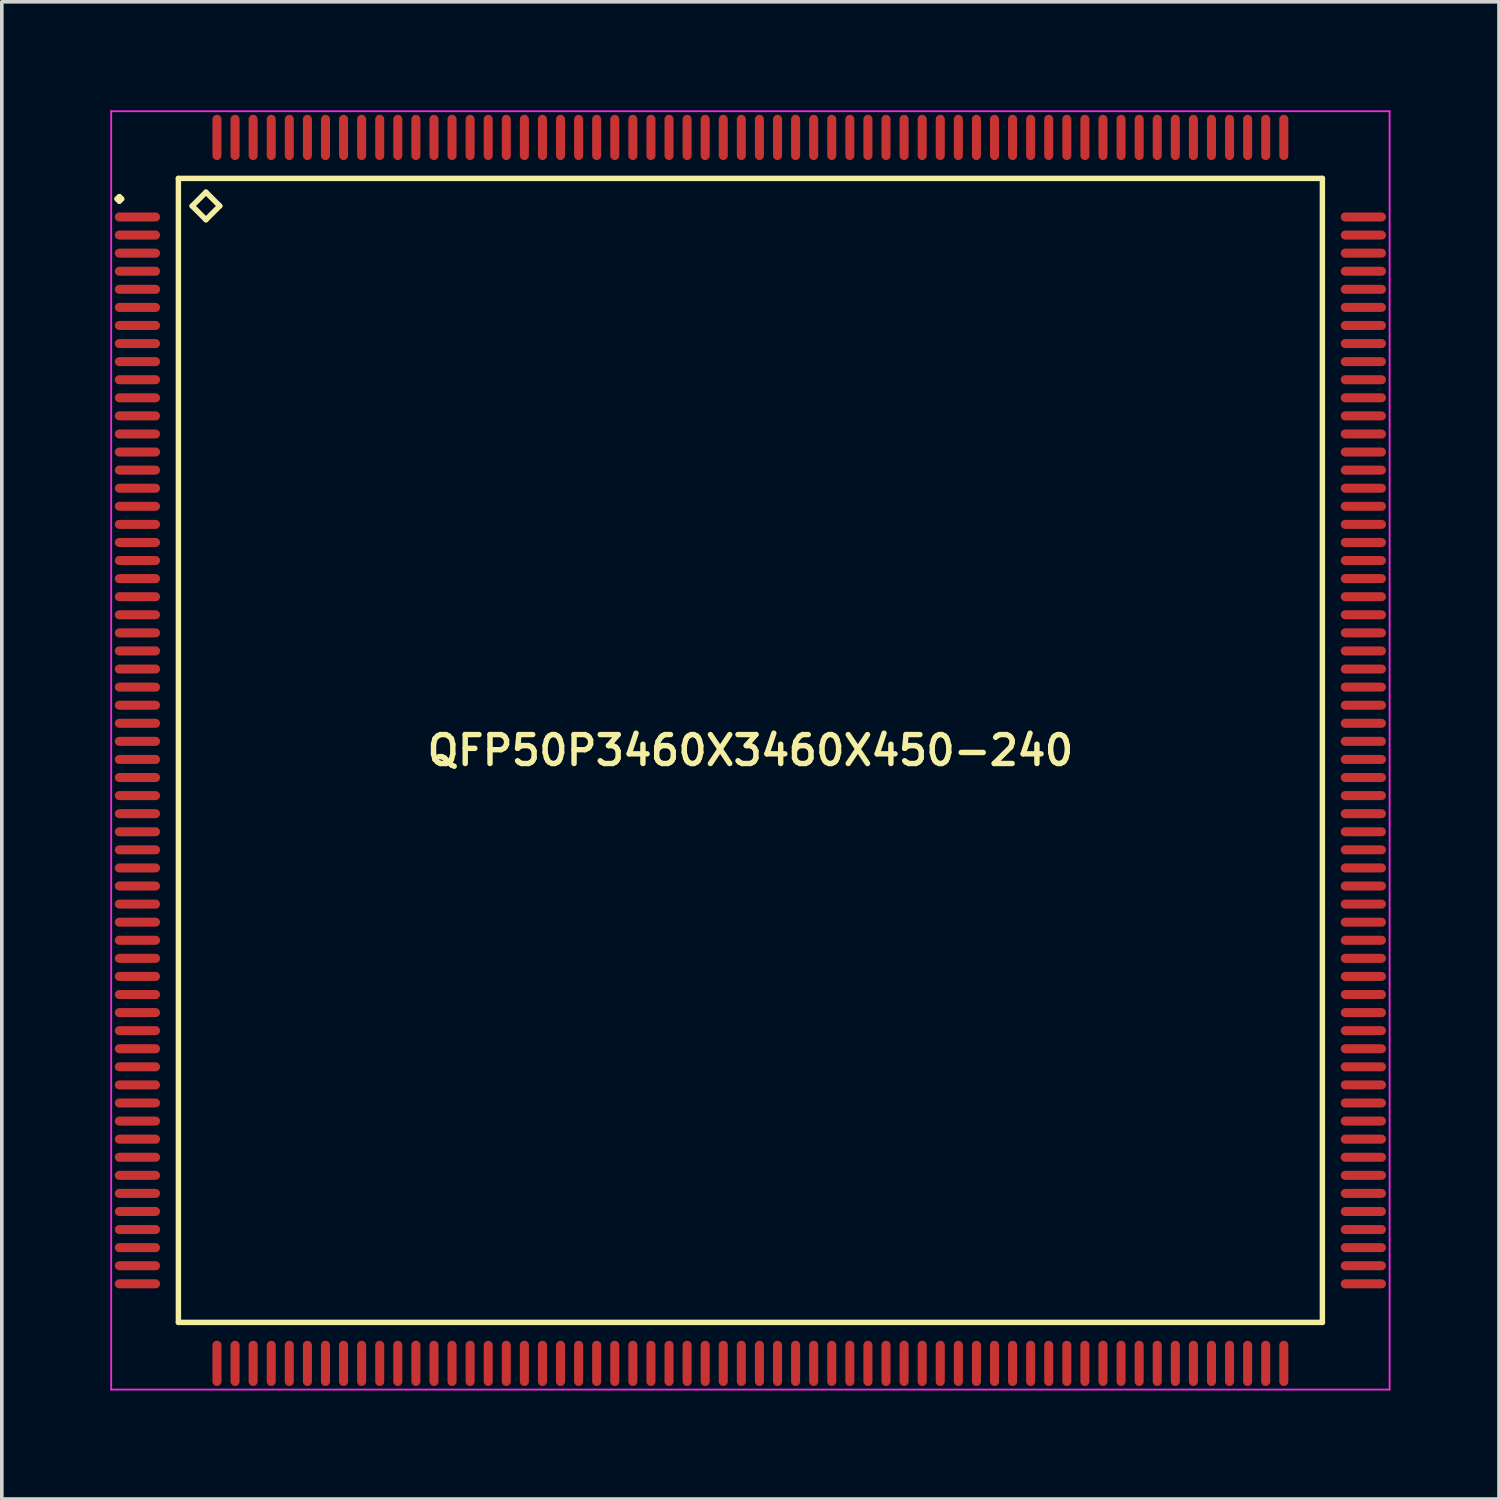
<source format=kicad_pcb>
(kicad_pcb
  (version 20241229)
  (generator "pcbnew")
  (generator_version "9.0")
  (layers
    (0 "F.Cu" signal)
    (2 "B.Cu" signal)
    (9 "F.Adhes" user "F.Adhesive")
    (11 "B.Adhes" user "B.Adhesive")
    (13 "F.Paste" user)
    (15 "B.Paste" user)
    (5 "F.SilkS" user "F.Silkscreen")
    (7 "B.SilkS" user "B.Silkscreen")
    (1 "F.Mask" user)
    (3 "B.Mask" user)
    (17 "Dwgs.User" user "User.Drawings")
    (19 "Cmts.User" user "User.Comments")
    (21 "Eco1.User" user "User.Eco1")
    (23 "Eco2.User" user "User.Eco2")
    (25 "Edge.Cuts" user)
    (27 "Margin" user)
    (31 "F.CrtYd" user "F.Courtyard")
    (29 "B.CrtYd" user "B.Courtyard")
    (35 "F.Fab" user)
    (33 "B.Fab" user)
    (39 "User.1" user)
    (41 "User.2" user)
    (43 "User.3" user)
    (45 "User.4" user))
  (footprint "QFP50P3460X3460X450-240"
    (layer "F.Cu")
    (at 17.7 17.7)
    (property "Reference" "QFP50P3460X3460X450-240" (at 0 0 0) (layer "F.SilkS") (effects (font (size 0.8 0.8) (thickness 0.15))))
    (attr smd)
    (fp_line (start -17.512 -15.25) (end -17.45 -15.312) (stroke (width 0.15) (type solid)) (layer "F.SilkS"))
    (fp_line (start -17.45 -15.312) (end -17.387 -15.25) (stroke (width 0.15) (type solid)) (layer "F.SilkS"))
    (fp_line (start -17.45 -15.188) (end -17.512 -15.25) (stroke (width 0.15) (type solid)) (layer "F.SilkS"))
    (fp_line (start -17.387 -15.25) (end -17.45 -15.188) (stroke (width 0.15) (type solid)) (layer "F.SilkS"))
    (fp_line (start -15.817 -15.817) (end -15.817 15.817) (stroke (width 0.15) (type solid)) (layer "F.SilkS"))
    (fp_line (start -15.817 15.817) (end 15.817 15.817) (stroke (width 0.15) (type solid)) (layer "F.SilkS"))
    (fp_line (start -15.436 -15.055) (end -15.055 -15.436) (stroke (width 0.15) (type solid)) (layer "F.SilkS"))
    (fp_line (start -15.055 -15.436) (end -14.674 -15.055) (stroke (width 0.15) (type solid)) (layer "F.SilkS"))
    (fp_line (start -15.055 -14.674) (end -15.436 -15.055) (stroke (width 0.15) (type solid)) (layer "F.SilkS"))
    (fp_line (start -14.674 -15.055) (end -15.055 -14.674) (stroke (width 0.15) (type solid)) (layer "F.SilkS"))
    (fp_line (start 15.817 -15.817) (end -15.817 -15.817) (stroke (width 0.15) (type solid)) (layer "F.SilkS"))
    (fp_line (start 15.817 15.817) (end 15.817 -15.817) (stroke (width 0.15) (type solid)) (layer "F.SilkS"))
    (fp_line (start -17.675 -17.675) (end 17.675 -17.675) (stroke (width 0.05) (type solid)) (layer "F.CrtYd"))
    (fp_line (start -17.675 17.675) (end -17.675 -17.675) (stroke (width 0.05) (type solid)) (layer "F.CrtYd"))
    (fp_line (start 17.675 -17.675) (end 17.675 17.675) (stroke (width 0.05) (type solid)) (layer "F.CrtYd"))
    (fp_line (start 17.675 17.675) (end -17.675 17.675) (stroke (width 0.05) (type solid)) (layer "F.CrtYd"))
    (pad "1" smd oval (at -16.95 -14.75) (size 1.25 0.25) (layers "F.Cu" "F.Mask" "F.Paste"))
    (pad "2" smd oval (at -16.95 -14.25) (size 1.25 0.25) (layers "F.Cu" "F.Mask" "F.Paste"))
    (pad "3" smd oval (at -16.95 -13.75) (size 1.25 0.25) (layers "F.Cu" "F.Mask" "F.Paste"))
    (pad "4" smd oval (at -16.95 -13.25) (size 1.25 0.25) (layers "F.Cu" "F.Mask" "F.Paste"))
    (pad "5" smd oval (at -16.95 -12.75) (size 1.25 0.25) (layers "F.Cu" "F.Mask" "F.Paste"))
    (pad "6" smd oval (at -16.95 -12.25) (size 1.25 0.25) (layers "F.Cu" "F.Mask" "F.Paste"))
    (pad "7" smd oval (at -16.95 -11.75) (size 1.25 0.25) (layers "F.Cu" "F.Mask" "F.Paste"))
    (pad "8" smd oval (at -16.95 -11.25) (size 1.25 0.25) (layers "F.Cu" "F.Mask" "F.Paste"))
    (pad "9" smd oval (at -16.95 -10.75) (size 1.25 0.25) (layers "F.Cu" "F.Mask" "F.Paste"))
    (pad "10" smd oval (at -16.95 -10.25) (size 1.25 0.25) (layers "F.Cu" "F.Mask" "F.Paste"))
    (pad "11" smd oval (at -16.95 -9.75) (size 1.25 0.25) (layers "F.Cu" "F.Mask" "F.Paste"))
    (pad "12" smd oval (at -16.95 -9.25) (size 1.25 0.25) (layers "F.Cu" "F.Mask" "F.Paste"))
    (pad "13" smd oval (at -16.95 -8.75) (size 1.25 0.25) (layers "F.Cu" "F.Mask" "F.Paste"))
    (pad "14" smd oval (at -16.95 -8.25) (size 1.25 0.25) (layers "F.Cu" "F.Mask" "F.Paste"))
    (pad "15" smd oval (at -16.95 -7.75) (size 1.25 0.25) (layers "F.Cu" "F.Mask" "F.Paste"))
    (pad "16" smd oval (at -16.95 -7.25) (size 1.25 0.25) (layers "F.Cu" "F.Mask" "F.Paste"))
    (pad "17" smd oval (at -16.95 -6.75) (size 1.25 0.25) (layers "F.Cu" "F.Mask" "F.Paste"))
    (pad "18" smd oval (at -16.95 -6.25) (size 1.25 0.25) (layers "F.Cu" "F.Mask" "F.Paste"))
    (pad "19" smd oval (at -16.95 -5.75) (size 1.25 0.25) (layers "F.Cu" "F.Mask" "F.Paste"))
    (pad "20" smd oval (at -16.95 -5.25) (size 1.25 0.25) (layers "F.Cu" "F.Mask" "F.Paste"))
    (pad "21" smd oval (at -16.95 -4.75) (size 1.25 0.25) (layers "F.Cu" "F.Mask" "F.Paste"))
    (pad "22" smd oval (at -16.95 -4.25) (size 1.25 0.25) (layers "F.Cu" "F.Mask" "F.Paste"))
    (pad "23" smd oval (at -16.95 -3.75) (size 1.25 0.25) (layers "F.Cu" "F.Mask" "F.Paste"))
    (pad "24" smd oval (at -16.95 -3.25) (size 1.25 0.25) (layers "F.Cu" "F.Mask" "F.Paste"))
    (pad "25" smd oval (at -16.95 -2.75) (size 1.25 0.25) (layers "F.Cu" "F.Mask" "F.Paste"))
    (pad "26" smd oval (at -16.95 -2.25) (size 1.25 0.25) (layers "F.Cu" "F.Mask" "F.Paste"))
    (pad "27" smd oval (at -16.95 -1.75) (size 1.25 0.25) (layers "F.Cu" "F.Mask" "F.Paste"))
    (pad "28" smd oval (at -16.95 -1.25) (size 1.25 0.25) (layers "F.Cu" "F.Mask" "F.Paste"))
    (pad "29" smd oval (at -16.95 -0.75) (size 1.25 0.25) (layers "F.Cu" "F.Mask" "F.Paste"))
    (pad "30" smd oval (at -16.95 -0.25) (size 1.25 0.25) (layers "F.Cu" "F.Mask" "F.Paste"))
    (pad "31" smd oval (at -16.95 0.25) (size 1.25 0.25) (layers "F.Cu" "F.Mask" "F.Paste"))
    (pad "32" smd oval (at -16.95 0.75) (size 1.25 0.25) (layers "F.Cu" "F.Mask" "F.Paste"))
    (pad "33" smd oval (at -16.95 1.25) (size 1.25 0.25) (layers "F.Cu" "F.Mask" "F.Paste"))
    (pad "34" smd oval (at -16.95 1.75) (size 1.25 0.25) (layers "F.Cu" "F.Mask" "F.Paste"))
    (pad "35" smd oval (at -16.95 2.25) (size 1.25 0.25) (layers "F.Cu" "F.Mask" "F.Paste"))
    (pad "36" smd oval (at -16.95 2.75) (size 1.25 0.25) (layers "F.Cu" "F.Mask" "F.Paste"))
    (pad "37" smd oval (at -16.95 3.25) (size 1.25 0.25) (layers "F.Cu" "F.Mask" "F.Paste"))
    (pad "38" smd oval (at -16.95 3.75) (size 1.25 0.25) (layers "F.Cu" "F.Mask" "F.Paste"))
    (pad "39" smd oval (at -16.95 4.25) (size 1.25 0.25) (layers "F.Cu" "F.Mask" "F.Paste"))
    (pad "40" smd oval (at -16.95 4.75) (size 1.25 0.25) (layers "F.Cu" "F.Mask" "F.Paste"))
    (pad "41" smd oval (at -16.95 5.25) (size 1.25 0.25) (layers "F.Cu" "F.Mask" "F.Paste"))
    (pad "42" smd oval (at -16.95 5.75) (size 1.25 0.25) (layers "F.Cu" "F.Mask" "F.Paste"))
    (pad "43" smd oval (at -16.95 6.25) (size 1.25 0.25) (layers "F.Cu" "F.Mask" "F.Paste"))
    (pad "44" smd oval (at -16.95 6.75) (size 1.25 0.25) (layers "F.Cu" "F.Mask" "F.Paste"))
    (pad "45" smd oval (at -16.95 7.25) (size 1.25 0.25) (layers "F.Cu" "F.Mask" "F.Paste"))
    (pad "46" smd oval (at -16.95 7.75) (size 1.25 0.25) (layers "F.Cu" "F.Mask" "F.Paste"))
    (pad "47" smd oval (at -16.95 8.25) (size 1.25 0.25) (layers "F.Cu" "F.Mask" "F.Paste"))
    (pad "48" smd oval (at -16.95 8.75) (size 1.25 0.25) (layers "F.Cu" "F.Mask" "F.Paste"))
    (pad "49" smd oval (at -16.95 9.25) (size 1.25 0.25) (layers "F.Cu" "F.Mask" "F.Paste"))
    (pad "50" smd oval (at -16.95 9.75) (size 1.25 0.25) (layers "F.Cu" "F.Mask" "F.Paste"))
    (pad "51" smd oval (at -16.95 10.25) (size 1.25 0.25) (layers "F.Cu" "F.Mask" "F.Paste"))
    (pad "52" smd oval (at -16.95 10.75) (size 1.25 0.25) (layers "F.Cu" "F.Mask" "F.Paste"))
    (pad "53" smd oval (at -16.95 11.25) (size 1.25 0.25) (layers "F.Cu" "F.Mask" "F.Paste"))
    (pad "54" smd oval (at -16.95 11.75) (size 1.25 0.25) (layers "F.Cu" "F.Mask" "F.Paste"))
    (pad "55" smd oval (at -16.95 12.25) (size 1.25 0.25) (layers "F.Cu" "F.Mask" "F.Paste"))
    (pad "56" smd oval (at -16.95 12.75) (size 1.25 0.25) (layers "F.Cu" "F.Mask" "F.Paste"))
    (pad "57" smd oval (at -16.95 13.25) (size 1.25 0.25) (layers "F.Cu" "F.Mask" "F.Paste"))
    (pad "58" smd oval (at -16.95 13.75) (size 1.25 0.25) (layers "F.Cu" "F.Mask" "F.Paste"))
    (pad "59" smd oval (at -16.95 14.25) (size 1.25 0.25) (layers "F.Cu" "F.Mask" "F.Paste"))
    (pad "60" smd oval (at -16.95 14.75) (size 1.25 0.25) (layers "F.Cu" "F.Mask" "F.Paste"))
    (pad "61" smd oval (at -14.75 16.95) (size 0.25 1.25) (layers "F.Cu" "F.Mask" "F.Paste"))
    (pad "62" smd oval (at -14.25 16.95) (size 0.25 1.25) (layers "F.Cu" "F.Mask" "F.Paste"))
    (pad "63" smd oval (at -13.75 16.95) (size 0.25 1.25) (layers "F.Cu" "F.Mask" "F.Paste"))
    (pad "64" smd oval (at -13.25 16.95) (size 0.25 1.25) (layers "F.Cu" "F.Mask" "F.Paste"))
    (pad "65" smd oval (at -12.75 16.95) (size 0.25 1.25) (layers "F.Cu" "F.Mask" "F.Paste"))
    (pad "66" smd oval (at -12.25 16.95) (size 0.25 1.25) (layers "F.Cu" "F.Mask" "F.Paste"))
    (pad "67" smd oval (at -11.75 16.95) (size 0.25 1.25) (layers "F.Cu" "F.Mask" "F.Paste"))
    (pad "68" smd oval (at -11.25 16.95) (size 0.25 1.25) (layers "F.Cu" "F.Mask" "F.Paste"))
    (pad "69" smd oval (at -10.75 16.95) (size 0.25 1.25) (layers "F.Cu" "F.Mask" "F.Paste"))
    (pad "70" smd oval (at -10.25 16.95) (size 0.25 1.25) (layers "F.Cu" "F.Mask" "F.Paste"))
    (pad "71" smd oval (at -9.75 16.95) (size 0.25 1.25) (layers "F.Cu" "F.Mask" "F.Paste"))
    (pad "72" smd oval (at -9.25 16.95) (size 0.25 1.25) (layers "F.Cu" "F.Mask" "F.Paste"))
    (pad "73" smd oval (at -8.75 16.95) (size 0.25 1.25) (layers "F.Cu" "F.Mask" "F.Paste"))
    (pad "74" smd oval (at -8.25 16.95) (size 0.25 1.25) (layers "F.Cu" "F.Mask" "F.Paste"))
    (pad "75" smd oval (at -7.75 16.95) (size 0.25 1.25) (layers "F.Cu" "F.Mask" "F.Paste"))
    (pad "76" smd oval (at -7.25 16.95) (size 0.25 1.25) (layers "F.Cu" "F.Mask" "F.Paste"))
    (pad "77" smd oval (at -6.75 16.95) (size 0.25 1.25) (layers "F.Cu" "F.Mask" "F.Paste"))
    (pad "78" smd oval (at -6.25 16.95) (size 0.25 1.25) (layers "F.Cu" "F.Mask" "F.Paste"))
    (pad "79" smd oval (at -5.75 16.95) (size 0.25 1.25) (layers "F.Cu" "F.Mask" "F.Paste"))
    (pad "80" smd oval (at -5.25 16.95) (size 0.25 1.25) (layers "F.Cu" "F.Mask" "F.Paste"))
    (pad "81" smd oval (at -4.75 16.95) (size 0.25 1.25) (layers "F.Cu" "F.Mask" "F.Paste"))
    (pad "82" smd oval (at -4.25 16.95) (size 0.25 1.25) (layers "F.Cu" "F.Mask" "F.Paste"))
    (pad "83" smd oval (at -3.75 16.95) (size 0.25 1.25) (layers "F.Cu" "F.Mask" "F.Paste"))
    (pad "84" smd oval (at -3.25 16.95) (size 0.25 1.25) (layers "F.Cu" "F.Mask" "F.Paste"))
    (pad "85" smd oval (at -2.75 16.95) (size 0.25 1.25) (layers "F.Cu" "F.Mask" "F.Paste"))
    (pad "86" smd oval (at -2.25 16.95) (size 0.25 1.25) (layers "F.Cu" "F.Mask" "F.Paste"))
    (pad "87" smd oval (at -1.75 16.95) (size 0.25 1.25) (layers "F.Cu" "F.Mask" "F.Paste"))
    (pad "88" smd oval (at -1.25 16.95) (size 0.25 1.25) (layers "F.Cu" "F.Mask" "F.Paste"))
    (pad "89" smd oval (at -0.75 16.95) (size 0.25 1.25) (layers "F.Cu" "F.Mask" "F.Paste"))
    (pad "90" smd oval (at -0.25 16.95) (size 0.25 1.25) (layers "F.Cu" "F.Mask" "F.Paste"))
    (pad "91" smd oval (at 0.25 16.95) (size 0.25 1.25) (layers "F.Cu" "F.Mask" "F.Paste"))
    (pad "92" smd oval (at 0.75 16.95) (size 0.25 1.25) (layers "F.Cu" "F.Mask" "F.Paste"))
    (pad "93" smd oval (at 1.25 16.95) (size 0.25 1.25) (layers "F.Cu" "F.Mask" "F.Paste"))
    (pad "94" smd oval (at 1.75 16.95) (size 0.25 1.25) (layers "F.Cu" "F.Mask" "F.Paste"))
    (pad "95" smd oval (at 2.25 16.95) (size 0.25 1.25) (layers "F.Cu" "F.Mask" "F.Paste"))
    (pad "96" smd oval (at 2.75 16.95) (size 0.25 1.25) (layers "F.Cu" "F.Mask" "F.Paste"))
    (pad "97" smd oval (at 3.25 16.95) (size 0.25 1.25) (layers "F.Cu" "F.Mask" "F.Paste"))
    (pad "98" smd oval (at 3.75 16.95) (size 0.25 1.25) (layers "F.Cu" "F.Mask" "F.Paste"))
    (pad "99" smd oval (at 4.25 16.95) (size 0.25 1.25) (layers "F.Cu" "F.Mask" "F.Paste"))
    (pad "100" smd oval (at 4.75 16.95) (size 0.25 1.25) (layers "F.Cu" "F.Mask" "F.Paste"))
    (pad "101" smd oval (at 5.25 16.95) (size 0.25 1.25) (layers "F.Cu" "F.Mask" "F.Paste"))
    (pad "102" smd oval (at 5.75 16.95) (size 0.25 1.25) (layers "F.Cu" "F.Mask" "F.Paste"))
    (pad "103" smd oval (at 6.25 16.95) (size 0.25 1.25) (layers "F.Cu" "F.Mask" "F.Paste"))
    (pad "104" smd oval (at 6.75 16.95) (size 0.25 1.25) (layers "F.Cu" "F.Mask" "F.Paste"))
    (pad "105" smd oval (at 7.25 16.95) (size 0.25 1.25) (layers "F.Cu" "F.Mask" "F.Paste"))
    (pad "106" smd oval (at 7.75 16.95) (size 0.25 1.25) (layers "F.Cu" "F.Mask" "F.Paste"))
    (pad "107" smd oval (at 8.25 16.95) (size 0.25 1.25) (layers "F.Cu" "F.Mask" "F.Paste"))
    (pad "108" smd oval (at 8.75 16.95) (size 0.25 1.25) (layers "F.Cu" "F.Mask" "F.Paste"))
    (pad "109" smd oval (at 9.25 16.95) (size 0.25 1.25) (layers "F.Cu" "F.Mask" "F.Paste"))
    (pad "110" smd oval (at 9.75 16.95) (size 0.25 1.25) (layers "F.Cu" "F.Mask" "F.Paste"))
    (pad "111" smd oval (at 10.25 16.95) (size 0.25 1.25) (layers "F.Cu" "F.Mask" "F.Paste"))
    (pad "112" smd oval (at 10.75 16.95) (size 0.25 1.25) (layers "F.Cu" "F.Mask" "F.Paste"))
    (pad "113" smd oval (at 11.25 16.95) (size 0.25 1.25) (layers "F.Cu" "F.Mask" "F.Paste"))
    (pad "114" smd oval (at 11.75 16.95) (size 0.25 1.25) (layers "F.Cu" "F.Mask" "F.Paste"))
    (pad "115" smd oval (at 12.25 16.95) (size 0.25 1.25) (layers "F.Cu" "F.Mask" "F.Paste"))
    (pad "116" smd oval (at 12.75 16.95) (size 0.25 1.25) (layers "F.Cu" "F.Mask" "F.Paste"))
    (pad "117" smd oval (at 13.25 16.95) (size 0.25 1.25) (layers "F.Cu" "F.Mask" "F.Paste"))
    (pad "118" smd oval (at 13.75 16.95) (size 0.25 1.25) (layers "F.Cu" "F.Mask" "F.Paste"))
    (pad "119" smd oval (at 14.25 16.95) (size 0.25 1.25) (layers "F.Cu" "F.Mask" "F.Paste"))
    (pad "120" smd oval (at 14.75 16.95) (size 0.25 1.25) (layers "F.Cu" "F.Mask" "F.Paste"))
    (pad "121" smd oval (at 16.95 14.75) (size 1.25 0.25) (layers "F.Cu" "F.Mask" "F.Paste"))
    (pad "122" smd oval (at 16.95 14.25) (size 1.25 0.25) (layers "F.Cu" "F.Mask" "F.Paste"))
    (pad "123" smd oval (at 16.95 13.75) (size 1.25 0.25) (layers "F.Cu" "F.Mask" "F.Paste"))
    (pad "124" smd oval (at 16.95 13.25) (size 1.25 0.25) (layers "F.Cu" "F.Mask" "F.Paste"))
    (pad "125" smd oval (at 16.95 12.75) (size 1.25 0.25) (layers "F.Cu" "F.Mask" "F.Paste"))
    (pad "126" smd oval (at 16.95 12.25) (size 1.25 0.25) (layers "F.Cu" "F.Mask" "F.Paste"))
    (pad "127" smd oval (at 16.95 11.75) (size 1.25 0.25) (layers "F.Cu" "F.Mask" "F.Paste"))
    (pad "128" smd oval (at 16.95 11.25) (size 1.25 0.25) (layers "F.Cu" "F.Mask" "F.Paste"))
    (pad "129" smd oval (at 16.95 10.75) (size 1.25 0.25) (layers "F.Cu" "F.Mask" "F.Paste"))
    (pad "130" smd oval (at 16.95 10.25) (size 1.25 0.25) (layers "F.Cu" "F.Mask" "F.Paste"))
    (pad "131" smd oval (at 16.95 9.75) (size 1.25 0.25) (layers "F.Cu" "F.Mask" "F.Paste"))
    (pad "132" smd oval (at 16.95 9.25) (size 1.25 0.25) (layers "F.Cu" "F.Mask" "F.Paste"))
    (pad "133" smd oval (at 16.95 8.75) (size 1.25 0.25) (layers "F.Cu" "F.Mask" "F.Paste"))
    (pad "134" smd oval (at 16.95 8.25) (size 1.25 0.25) (layers "F.Cu" "F.Mask" "F.Paste"))
    (pad "135" smd oval (at 16.95 7.75) (size 1.25 0.25) (layers "F.Cu" "F.Mask" "F.Paste"))
    (pad "136" smd oval (at 16.95 7.25) (size 1.25 0.25) (layers "F.Cu" "F.Mask" "F.Paste"))
    (pad "137" smd oval (at 16.95 6.75) (size 1.25 0.25) (layers "F.Cu" "F.Mask" "F.Paste"))
    (pad "138" smd oval (at 16.95 6.25) (size 1.25 0.25) (layers "F.Cu" "F.Mask" "F.Paste"))
    (pad "139" smd oval (at 16.95 5.75) (size 1.25 0.25) (layers "F.Cu" "F.Mask" "F.Paste"))
    (pad "140" smd oval (at 16.95 5.25) (size 1.25 0.25) (layers "F.Cu" "F.Mask" "F.Paste"))
    (pad "141" smd oval (at 16.95 4.75) (size 1.25 0.25) (layers "F.Cu" "F.Mask" "F.Paste"))
    (pad "142" smd oval (at 16.95 4.25) (size 1.25 0.25) (layers "F.Cu" "F.Mask" "F.Paste"))
    (pad "143" smd oval (at 16.95 3.75) (size 1.25 0.25) (layers "F.Cu" "F.Mask" "F.Paste"))
    (pad "144" smd oval (at 16.95 3.25) (size 1.25 0.25) (layers "F.Cu" "F.Mask" "F.Paste"))
    (pad "145" smd oval (at 16.95 2.75) (size 1.25 0.25) (layers "F.Cu" "F.Mask" "F.Paste"))
    (pad "146" smd oval (at 16.95 2.25) (size 1.25 0.25) (layers "F.Cu" "F.Mask" "F.Paste"))
    (pad "147" smd oval (at 16.95 1.75) (size 1.25 0.25) (layers "F.Cu" "F.Mask" "F.Paste"))
    (pad "148" smd oval (at 16.95 1.25) (size 1.25 0.25) (layers "F.Cu" "F.Mask" "F.Paste"))
    (pad "149" smd oval (at 16.95 0.75) (size 1.25 0.25) (layers "F.Cu" "F.Mask" "F.Paste"))
    (pad "150" smd oval (at 16.95 0.25) (size 1.25 0.25) (layers "F.Cu" "F.Mask" "F.Paste"))
    (pad "151" smd oval (at 16.95 -0.25) (size 1.25 0.25) (layers "F.Cu" "F.Mask" "F.Paste"))
    (pad "152" smd oval (at 16.95 -0.75) (size 1.25 0.25) (layers "F.Cu" "F.Mask" "F.Paste"))
    (pad "153" smd oval (at 16.95 -1.25) (size 1.25 0.25) (layers "F.Cu" "F.Mask" "F.Paste"))
    (pad "154" smd oval (at 16.95 -1.75) (size 1.25 0.25) (layers "F.Cu" "F.Mask" "F.Paste"))
    (pad "155" smd oval (at 16.95 -2.25) (size 1.25 0.25) (layers "F.Cu" "F.Mask" "F.Paste"))
    (pad "156" smd oval (at 16.95 -2.75) (size 1.25 0.25) (layers "F.Cu" "F.Mask" "F.Paste"))
    (pad "157" smd oval (at 16.95 -3.25) (size 1.25 0.25) (layers "F.Cu" "F.Mask" "F.Paste"))
    (pad "158" smd oval (at 16.95 -3.75) (size 1.25 0.25) (layers "F.Cu" "F.Mask" "F.Paste"))
    (pad "159" smd oval (at 16.95 -4.25) (size 1.25 0.25) (layers "F.Cu" "F.Mask" "F.Paste"))
    (pad "160" smd oval (at 16.95 -4.75) (size 1.25 0.25) (layers "F.Cu" "F.Mask" "F.Paste"))
    (pad "161" smd oval (at 16.95 -5.25) (size 1.25 0.25) (layers "F.Cu" "F.Mask" "F.Paste"))
    (pad "162" smd oval (at 16.95 -5.75) (size 1.25 0.25) (layers "F.Cu" "F.Mask" "F.Paste"))
    (pad "163" smd oval (at 16.95 -6.25) (size 1.25 0.25) (layers "F.Cu" "F.Mask" "F.Paste"))
    (pad "164" smd oval (at 16.95 -6.75) (size 1.25 0.25) (layers "F.Cu" "F.Mask" "F.Paste"))
    (pad "165" smd oval (at 16.95 -7.25) (size 1.25 0.25) (layers "F.Cu" "F.Mask" "F.Paste"))
    (pad "166" smd oval (at 16.95 -7.75) (size 1.25 0.25) (layers "F.Cu" "F.Mask" "F.Paste"))
    (pad "167" smd oval (at 16.95 -8.25) (size 1.25 0.25) (layers "F.Cu" "F.Mask" "F.Paste"))
    (pad "168" smd oval (at 16.95 -8.75) (size 1.25 0.25) (layers "F.Cu" "F.Mask" "F.Paste"))
    (pad "169" smd oval (at 16.95 -9.25) (size 1.25 0.25) (layers "F.Cu" "F.Mask" "F.Paste"))
    (pad "170" smd oval (at 16.95 -9.75) (size 1.25 0.25) (layers "F.Cu" "F.Mask" "F.Paste"))
    (pad "171" smd oval (at 16.95 -10.25) (size 1.25 0.25) (layers "F.Cu" "F.Mask" "F.Paste"))
    (pad "172" smd oval (at 16.95 -10.75) (size 1.25 0.25) (layers "F.Cu" "F.Mask" "F.Paste"))
    (pad "173" smd oval (at 16.95 -11.25) (size 1.25 0.25) (layers "F.Cu" "F.Mask" "F.Paste"))
    (pad "174" smd oval (at 16.95 -11.75) (size 1.25 0.25) (layers "F.Cu" "F.Mask" "F.Paste"))
    (pad "175" smd oval (at 16.95 -12.25) (size 1.25 0.25) (layers "F.Cu" "F.Mask" "F.Paste"))
    (pad "176" smd oval (at 16.95 -12.75) (size 1.25 0.25) (layers "F.Cu" "F.Mask" "F.Paste"))
    (pad "177" smd oval (at 16.95 -13.25) (size 1.25 0.25) (layers "F.Cu" "F.Mask" "F.Paste"))
    (pad "178" smd oval (at 16.95 -13.75) (size 1.25 0.25) (layers "F.Cu" "F.Mask" "F.Paste"))
    (pad "179" smd oval (at 16.95 -14.25) (size 1.25 0.25) (layers "F.Cu" "F.Mask" "F.Paste"))
    (pad "180" smd oval (at 16.95 -14.75) (size 1.25 0.25) (layers "F.Cu" "F.Mask" "F.Paste"))
    (pad "181" smd oval (at 14.75 -16.95) (size 0.25 1.25) (layers "F.Cu" "F.Mask" "F.Paste"))
    (pad "182" smd oval (at 14.25 -16.95) (size 0.25 1.25) (layers "F.Cu" "F.Mask" "F.Paste"))
    (pad "183" smd oval (at 13.75 -16.95) (size 0.25 1.25) (layers "F.Cu" "F.Mask" "F.Paste"))
    (pad "184" smd oval (at 13.25 -16.95) (size 0.25 1.25) (layers "F.Cu" "F.Mask" "F.Paste"))
    (pad "185" smd oval (at 12.75 -16.95) (size 0.25 1.25) (layers "F.Cu" "F.Mask" "F.Paste"))
    (pad "186" smd oval (at 12.25 -16.95) (size 0.25 1.25) (layers "F.Cu" "F.Mask" "F.Paste"))
    (pad "187" smd oval (at 11.75 -16.95) (size 0.25 1.25) (layers "F.Cu" "F.Mask" "F.Paste"))
    (pad "188" smd oval (at 11.25 -16.95) (size 0.25 1.25) (layers "F.Cu" "F.Mask" "F.Paste"))
    (pad "189" smd oval (at 10.75 -16.95) (size 0.25 1.25) (layers "F.Cu" "F.Mask" "F.Paste"))
    (pad "190" smd oval (at 10.25 -16.95) (size 0.25 1.25) (layers "F.Cu" "F.Mask" "F.Paste"))
    (pad "191" smd oval (at 9.75 -16.95) (size 0.25 1.25) (layers "F.Cu" "F.Mask" "F.Paste"))
    (pad "192" smd oval (at 9.25 -16.95) (size 0.25 1.25) (layers "F.Cu" "F.Mask" "F.Paste"))
    (pad "193" smd oval (at 8.75 -16.95) (size 0.25 1.25) (layers "F.Cu" "F.Mask" "F.Paste"))
    (pad "194" smd oval (at 8.25 -16.95) (size 0.25 1.25) (layers "F.Cu" "F.Mask" "F.Paste"))
    (pad "195" smd oval (at 7.75 -16.95) (size 0.25 1.25) (layers "F.Cu" "F.Mask" "F.Paste"))
    (pad "196" smd oval (at 7.25 -16.95) (size 0.25 1.25) (layers "F.Cu" "F.Mask" "F.Paste"))
    (pad "197" smd oval (at 6.75 -16.95) (size 0.25 1.25) (layers "F.Cu" "F.Mask" "F.Paste"))
    (pad "198" smd oval (at 6.25 -16.95) (size 0.25 1.25) (layers "F.Cu" "F.Mask" "F.Paste"))
    (pad "199" smd oval (at 5.75 -16.95) (size 0.25 1.25) (layers "F.Cu" "F.Mask" "F.Paste"))
    (pad "200" smd oval (at 5.25 -16.95) (size 0.25 1.25) (layers "F.Cu" "F.Mask" "F.Paste"))
    (pad "201" smd oval (at 4.75 -16.95) (size 0.25 1.25) (layers "F.Cu" "F.Mask" "F.Paste"))
    (pad "202" smd oval (at 4.25 -16.95) (size 0.25 1.25) (layers "F.Cu" "F.Mask" "F.Paste"))
    (pad "203" smd oval (at 3.75 -16.95) (size 0.25 1.25) (layers "F.Cu" "F.Mask" "F.Paste"))
    (pad "204" smd oval (at 3.25 -16.95) (size 0.25 1.25) (layers "F.Cu" "F.Mask" "F.Paste"))
    (pad "205" smd oval (at 2.75 -16.95) (size 0.25 1.25) (layers "F.Cu" "F.Mask" "F.Paste"))
    (pad "206" smd oval (at 2.25 -16.95) (size 0.25 1.25) (layers "F.Cu" "F.Mask" "F.Paste"))
    (pad "207" smd oval (at 1.75 -16.95) (size 0.25 1.25) (layers "F.Cu" "F.Mask" "F.Paste"))
    (pad "208" smd oval (at 1.25 -16.95) (size 0.25 1.25) (layers "F.Cu" "F.Mask" "F.Paste"))
    (pad "209" smd oval (at 0.75 -16.95) (size 0.25 1.25) (layers "F.Cu" "F.Mask" "F.Paste"))
    (pad "210" smd oval (at 0.25 -16.95) (size 0.25 1.25) (layers "F.Cu" "F.Mask" "F.Paste"))
    (pad "211" smd oval (at -0.25 -16.95) (size 0.25 1.25) (layers "F.Cu" "F.Mask" "F.Paste"))
    (pad "212" smd oval (at -0.75 -16.95) (size 0.25 1.25) (layers "F.Cu" "F.Mask" "F.Paste"))
    (pad "213" smd oval (at -1.25 -16.95) (size 0.25 1.25) (layers "F.Cu" "F.Mask" "F.Paste"))
    (pad "214" smd oval (at -1.75 -16.95) (size 0.25 1.25) (layers "F.Cu" "F.Mask" "F.Paste"))
    (pad "215" smd oval (at -2.25 -16.95) (size 0.25 1.25) (layers "F.Cu" "F.Mask" "F.Paste"))
    (pad "216" smd oval (at -2.75 -16.95) (size 0.25 1.25) (layers "F.Cu" "F.Mask" "F.Paste"))
    (pad "217" smd oval (at -3.25 -16.95) (size 0.25 1.25) (layers "F.Cu" "F.Mask" "F.Paste"))
    (pad "218" smd oval (at -3.75 -16.95) (size 0.25 1.25) (layers "F.Cu" "F.Mask" "F.Paste"))
    (pad "219" smd oval (at -4.25 -16.95) (size 0.25 1.25) (layers "F.Cu" "F.Mask" "F.Paste"))
    (pad "220" smd oval (at -4.75 -16.95) (size 0.25 1.25) (layers "F.Cu" "F.Mask" "F.Paste"))
    (pad "221" smd oval (at -5.25 -16.95) (size 0.25 1.25) (layers "F.Cu" "F.Mask" "F.Paste"))
    (pad "222" smd oval (at -5.75 -16.95) (size 0.25 1.25) (layers "F.Cu" "F.Mask" "F.Paste"))
    (pad "223" smd oval (at -6.25 -16.95) (size 0.25 1.25) (layers "F.Cu" "F.Mask" "F.Paste"))
    (pad "224" smd oval (at -6.75 -16.95) (size 0.25 1.25) (layers "F.Cu" "F.Mask" "F.Paste"))
    (pad "225" smd oval (at -7.25 -16.95) (size 0.25 1.25) (layers "F.Cu" "F.Mask" "F.Paste"))
    (pad "226" smd oval (at -7.75 -16.95) (size 0.25 1.25) (layers "F.Cu" "F.Mask" "F.Paste"))
    (pad "227" smd oval (at -8.25 -16.95) (size 0.25 1.25) (layers "F.Cu" "F.Mask" "F.Paste"))
    (pad "228" smd oval (at -8.75 -16.95) (size 0.25 1.25) (layers "F.Cu" "F.Mask" "F.Paste"))
    (pad "229" smd oval (at -9.25 -16.95) (size 0.25 1.25) (layers "F.Cu" "F.Mask" "F.Paste"))
    (pad "230" smd oval (at -9.75 -16.95) (size 0.25 1.25) (layers "F.Cu" "F.Mask" "F.Paste"))
    (pad "231" smd oval (at -10.25 -16.95) (size 0.25 1.25) (layers "F.Cu" "F.Mask" "F.Paste"))
    (pad "232" smd oval (at -10.75 -16.95) (size 0.25 1.25) (layers "F.Cu" "F.Mask" "F.Paste"))
    (pad "233" smd oval (at -11.25 -16.95) (size 0.25 1.25) (layers "F.Cu" "F.Mask" "F.Paste"))
    (pad "234" smd oval (at -11.75 -16.95) (size 0.25 1.25) (layers "F.Cu" "F.Mask" "F.Paste"))
    (pad "235" smd oval (at -12.25 -16.95) (size 0.25 1.25) (layers "F.Cu" "F.Mask" "F.Paste"))
    (pad "236" smd oval (at -12.75 -16.95) (size 0.25 1.25) (layers "F.Cu" "F.Mask" "F.Paste"))
    (pad "237" smd oval (at -13.25 -16.95) (size 0.25 1.25) (layers "F.Cu" "F.Mask" "F.Paste"))
    (pad "238" smd oval (at -13.75 -16.95) (size 0.25 1.25) (layers "F.Cu" "F.Mask" "F.Paste"))
    (pad "239" smd oval (at -14.25 -16.95) (size 0.25 1.25) (layers "F.Cu" "F.Mask" "F.Paste"))
    (pad "240" smd oval (at -14.75 -16.95) (size 0.25 1.25) (layers "F.Cu" "F.Mask" "F.Paste")))
  (gr_rect
    (start -3 -3)
    (end 38.4 38.4)
    (stroke (width 0.1) (type default))
    (fill no)
    (layer "Edge.Cuts")))
</source>
